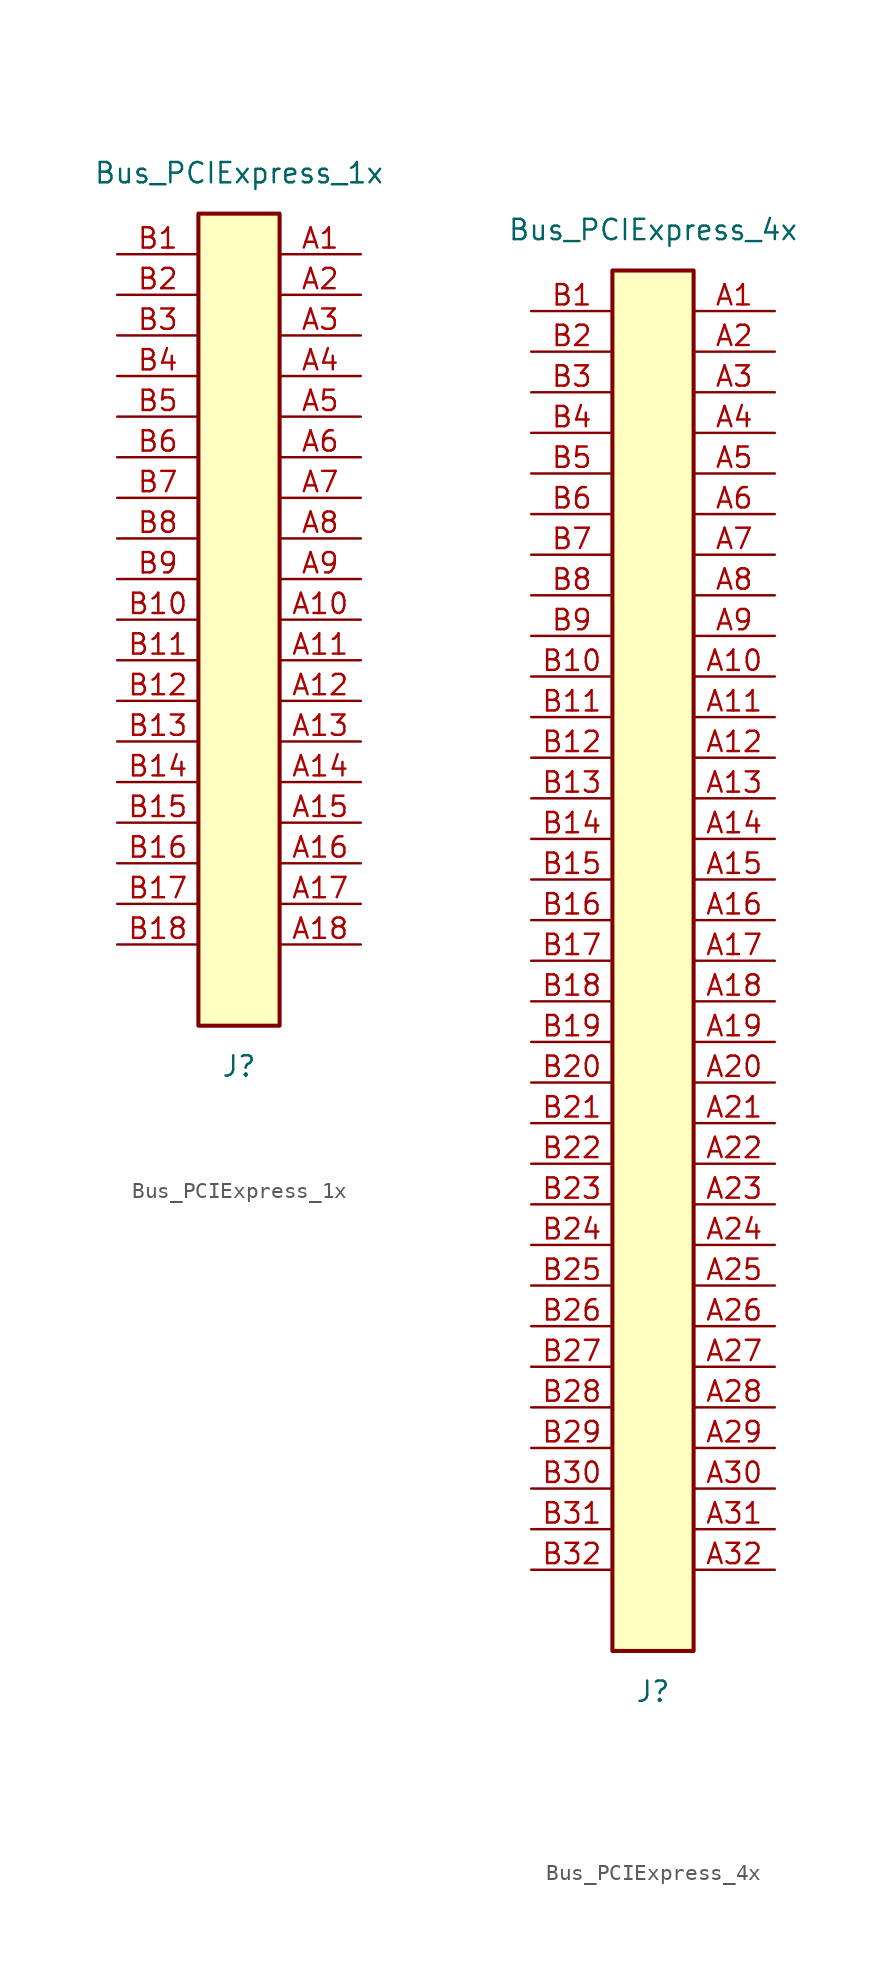
<source format=kicad_sym>
(kicad_symbol_lib
  (version 20210619)
  (generator kicad_symbol_editor)
  (symbol "Bus_PCIExpress_1x"
    (property "Reference" "J"
      (at 0 -27.94 0)
      (effects (font (size 1.27 1.27))))
    (property "Value" "Bus_PCIExpress_1x"
      (at 0 27.94 0)
      (effects (font (size 1.27 1.27))))
    (symbol "Bus_PCIExpress_1x_0_1"
      (rectangle (start -2.54 25.4) (end 2.54 -25.4) (stroke (width 0.254)) (fill (type background))))
    (symbol "Bus_PCIExpress_1x_1_1"
      (pin passive line (at 7.62 22.86 180) (length 5.08) (name "~" (effects (font (size 1.27 1.27)))) (number "A1" (effects (font (size 1.27 1.27)))))
      (pin passive line (at 7.62 0 180) (length 5.08) (name "~" (effects (font (size 1.27 1.27)))) (number "A10" (effects (font (size 1.27 1.27)))))
      (pin passive line (at 7.62 -2.54 180) (length 5.08) (name "~" (effects (font (size 1.27 1.27)))) (number "A11" (effects (font (size 1.27 1.27)))))
      (pin passive line (at 7.62 -5.08 180) (length 5.08) (name "~" (effects (font (size 1.27 1.27)))) (number "A12" (effects (font (size 1.27 1.27)))))
      (pin passive line (at 7.62 -7.62 180) (length 5.08) (name "~" (effects (font (size 1.27 1.27)))) (number "A13" (effects (font (size 1.27 1.27)))))
      (pin passive line (at 7.62 -10.16 180) (length 5.08) (name "~" (effects (font (size 1.27 1.27)))) (number "A14" (effects (font (size 1.27 1.27)))))
      (pin passive line (at 7.62 -12.7 180) (length 5.08) (name "~" (effects (font (size 1.27 1.27)))) (number "A15" (effects (font (size 1.27 1.27)))))
      (pin passive line (at 7.62 -15.24 180) (length 5.08) (name "~" (effects (font (size 1.27 1.27)))) (number "A16" (effects (font (size 1.27 1.27)))))
      (pin passive line (at 7.62 -17.78 180) (length 5.08) (name "~" (effects (font (size 1.27 1.27)))) (number "A17" (effects (font (size 1.27 1.27)))))
      (pin passive line (at 7.62 -20.32 180) (length 5.08) (name "~" (effects (font (size 1.27 1.27)))) (number "A18" (effects (font (size 1.27 1.27)))))
      (pin passive line (at 7.62 20.32 180) (length 5.08) (name "~" (effects (font (size 1.27 1.27)))) (number "A2" (effects (font (size 1.27 1.27)))))
      (pin passive line (at 7.62 17.78 180) (length 5.08) (name "~" (effects (font (size 1.27 1.27)))) (number "A3" (effects (font (size 1.27 1.27)))))
      (pin passive line (at 7.62 15.24 180) (length 5.08) (name "~" (effects (font (size 1.27 1.27)))) (number "A4" (effects (font (size 1.27 1.27)))))
      (pin passive line (at 7.62 12.7 180) (length 5.08) (name "~" (effects (font (size 1.27 1.27)))) (number "A5" (effects (font (size 1.27 1.27)))))
      (pin passive line (at 7.62 10.16 180) (length 5.08) (name "~" (effects (font (size 1.27 1.27)))) (number "A6" (effects (font (size 1.27 1.27)))))
      (pin passive line (at 7.62 7.62 180) (length 5.08) (name "~" (effects (font (size 1.27 1.27)))) (number "A7" (effects (font (size 1.27 1.27)))))
      (pin passive line (at 7.62 5.08 180) (length 5.08) (name "~" (effects (font (size 1.27 1.27)))) (number "A8" (effects (font (size 1.27 1.27)))))
      (pin passive line (at 7.62 2.54 180) (length 5.08) (name "~" (effects (font (size 1.27 1.27)))) (number "A9" (effects (font (size 1.27 1.27)))))
      (pin passive line (at -7.62 22.86 0) (length 5.08) (name "~" (effects (font (size 1.27 1.27)))) (number "B1" (effects (font (size 1.27 1.27)))))
      (pin passive line (at -7.62 0 0) (length 5.08) (name "~" (effects (font (size 1.27 1.27)))) (number "B10" (effects (font (size 1.27 1.27)))))
      (pin passive line (at -7.62 -2.54 0) (length 5.08) (name "~" (effects (font (size 1.27 1.27)))) (number "B11" (effects (font (size 1.27 1.27)))))
      (pin passive line (at -7.62 -5.08 0) (length 5.08) (name "~" (effects (font (size 1.27 1.27)))) (number "B12" (effects (font (size 1.27 1.27)))))
      (pin passive line (at -7.62 -7.62 0) (length 5.08) (name "~" (effects (font (size 1.27 1.27)))) (number "B13" (effects (font (size 1.27 1.27)))))
      (pin passive line (at -7.62 -10.16 0) (length 5.08) (name "~" (effects (font (size 1.27 1.27)))) (number "B14" (effects (font (size 1.27 1.27)))))
      (pin passive line (at -7.62 -12.7 0) (length 5.08) (name "~" (effects (font (size 1.27 1.27)))) (number "B15" (effects (font (size 1.27 1.27)))))
      (pin passive line (at -7.62 -15.24 0) (length 5.08) (name "~" (effects (font (size 1.27 1.27)))) (number "B16" (effects (font (size 1.27 1.27)))))
      (pin passive line (at -7.62 -17.78 0) (length 5.08) (name "~" (effects (font (size 1.27 1.27)))) (number "B17" (effects (font (size 1.27 1.27)))))
      (pin passive line (at -7.62 -20.32 0) (length 5.08) (name "~" (effects (font (size 1.27 1.27)))) (number "B18" (effects (font (size 1.27 1.27)))))
      (pin passive line (at -7.62 20.32 0) (length 5.08) (name "~" (effects (font (size 1.27 1.27)))) (number "B2" (effects (font (size 1.27 1.27)))))
      (pin passive line (at -7.62 17.78 0) (length 5.08) (name "~" (effects (font (size 1.27 1.27)))) (number "B3" (effects (font (size 1.27 1.27)))))
      (pin passive line (at -7.62 15.24 0) (length 5.08) (name "~" (effects (font (size 1.27 1.27)))) (number "B4" (effects (font (size 1.27 1.27)))))
      (pin passive line (at -7.62 12.7 0) (length 5.08) (name "~" (effects (font (size 1.27 1.27)))) (number "B5" (effects (font (size 1.27 1.27)))))
      (pin passive line (at -7.62 10.16 0) (length 5.08) (name "~" (effects (font (size 1.27 1.27)))) (number "B6" (effects (font (size 1.27 1.27)))))
      (pin passive line (at -7.62 7.62 0) (length 5.08) (name "~" (effects (font (size 1.27 1.27)))) (number "B7" (effects (font (size 1.27 1.27)))))
      (pin passive line (at -7.62 5.08 0) (length 5.08) (name "~" (effects (font (size 1.27 1.27)))) (number "B8" (effects (font (size 1.27 1.27)))))
      (pin passive line (at -7.62 2.54 0) (length 5.08) (name "~" (effects (font (size 1.27 1.27)))) (number "B9" (effects (font (size 1.27 1.27)))))))
  (symbol "Bus_PCIExpress_4x"
    (property "Reference" "J"
      (at 0 -45.72 0)
      (effects (font (size 1.27 1.27))))
    (property "Value" "Bus_PCIExpress_4x"
      (at 0 45.72 0)
      (effects (font (size 1.27 1.27))))
    (symbol "Bus_PCIExpress_4x_0_1"
      (rectangle (start -2.54 43.18) (end 2.54 -43.18) (stroke (width 0.254)) (fill (type background))))
    (symbol "Bus_PCIExpress_4x_1_1"
      (pin passive line (at 7.62 40.64 180) (length 5.08) (name "~" (effects (font (size 1.27 1.27)))) (number "A1" (effects (font (size 1.27 1.27)))))
      (pin passive line (at 7.62 17.78 180) (length 5.08) (name "~" (effects (font (size 1.27 1.27)))) (number "A10" (effects (font (size 1.27 1.27)))))
      (pin passive line (at 7.62 15.24 180) (length 5.08) (name "~" (effects (font (size 1.27 1.27)))) (number "A11" (effects (font (size 1.27 1.27)))))
      (pin passive line (at 7.62 12.7 180) (length 5.08) (name "~" (effects (font (size 1.27 1.27)))) (number "A12" (effects (font (size 1.27 1.27)))))
      (pin passive line (at 7.62 10.16 180) (length 5.08) (name "~" (effects (font (size 1.27 1.27)))) (number "A13" (effects (font (size 1.27 1.27)))))
      (pin passive line (at 7.62 7.62 180) (length 5.08) (name "~" (effects (font (size 1.27 1.27)))) (number "A14" (effects (font (size 1.27 1.27)))))
      (pin passive line (at 7.62 5.08 180) (length 5.08) (name "~" (effects (font (size 1.27 1.27)))) (number "A15" (effects (font (size 1.27 1.27)))))
      (pin passive line (at 7.62 2.54 180) (length 5.08) (name "~" (effects (font (size 1.27 1.27)))) (number "A16" (effects (font (size 1.27 1.27)))))
      (pin passive line (at 7.62 0 180) (length 5.08) (name "~" (effects (font (size 1.27 1.27)))) (number "A17" (effects (font (size 1.27 1.27)))))
      (pin passive line (at 7.62 -2.54 180) (length 5.08) (name "~" (effects (font (size 1.27 1.27)))) (number "A18" (effects (font (size 1.27 1.27)))))
      (pin passive line (at 7.62 -5.08 180) (length 5.08) (name "~" (effects (font (size 1.27 1.27)))) (number "A19" (effects (font (size 1.27 1.27)))))
      (pin passive line (at 7.62 38.1 180) (length 5.08) (name "~" (effects (font (size 1.27 1.27)))) (number "A2" (effects (font (size 1.27 1.27)))))
      (pin passive line (at 7.62 -7.62 180) (length 5.08) (name "~" (effects (font (size 1.27 1.27)))) (number "A20" (effects (font (size 1.27 1.27)))))
      (pin passive line (at 7.62 -10.16 180) (length 5.08) (name "~" (effects (font (size 1.27 1.27)))) (number "A21" (effects (font (size 1.27 1.27)))))
      (pin passive line (at 7.62 -12.7 180) (length 5.08) (name "~" (effects (font (size 1.27 1.27)))) (number "A22" (effects (font (size 1.27 1.27)))))
      (pin passive line (at 7.62 -15.24 180) (length 5.08) (name "~" (effects (font (size 1.27 1.27)))) (number "A23" (effects (font (size 1.27 1.27)))))
      (pin passive line (at 7.62 -17.78 180) (length 5.08) (name "~" (effects (font (size 1.27 1.27)))) (number "A24" (effects (font (size 1.27 1.27)))))
      (pin passive line (at 7.62 -20.32 180) (length 5.08) (name "~" (effects (font (size 1.27 1.27)))) (number "A25" (effects (font (size 1.27 1.27)))))
      (pin passive line (at 7.62 -22.86 180) (length 5.08) (name "~" (effects (font (size 1.27 1.27)))) (number "A26" (effects (font (size 1.27 1.27)))))
      (pin passive line (at 7.62 -25.4 180) (length 5.08) (name "~" (effects (font (size 1.27 1.27)))) (number "A27" (effects (font (size 1.27 1.27)))))
      (pin passive line (at 7.62 -27.94 180) (length 5.08) (name "~" (effects (font (size 1.27 1.27)))) (number "A28" (effects (font (size 1.27 1.27)))))
      (pin passive line (at 7.62 -30.48 180) (length 5.08) (name "~" (effects (font (size 1.27 1.27)))) (number "A29" (effects (font (size 1.27 1.27)))))
      (pin passive line (at 7.62 35.56 180) (length 5.08) (name "~" (effects (font (size 1.27 1.27)))) (number "A3" (effects (font (size 1.27 1.27)))))
      (pin passive line (at 7.62 -33.02 180) (length 5.08) (name "~" (effects (font (size 1.27 1.27)))) (number "A30" (effects (font (size 1.27 1.27)))))
      (pin passive line (at 7.62 -35.56 180) (length 5.08) (name "~" (effects (font (size 1.27 1.27)))) (number "A31" (effects (font (size 1.27 1.27)))))
      (pin passive line (at 7.62 -38.1 180) (length 5.08) (name "~" (effects (font (size 1.27 1.27)))) (number "A32" (effects (font (size 1.27 1.27)))))
      (pin passive line (at 7.62 33.02 180) (length 5.08) (name "~" (effects (font (size 1.27 1.27)))) (number "A4" (effects (font (size 1.27 1.27)))))
      (pin passive line (at 7.62 30.48 180) (length 5.08) (name "~" (effects (font (size 1.27 1.27)))) (number "A5" (effects (font (size 1.27 1.27)))))
      (pin passive line (at 7.62 27.94 180) (length 5.08) (name "~" (effects (font (size 1.27 1.27)))) (number "A6" (effects (font (size 1.27 1.27)))))
      (pin passive line (at 7.62 25.4 180) (length 5.08) (name "~" (effects (font (size 1.27 1.27)))) (number "A7" (effects (font (size 1.27 1.27)))))
      (pin passive line (at 7.62 22.86 180) (length 5.08) (name "~" (effects (font (size 1.27 1.27)))) (number "A8" (effects (font (size 1.27 1.27)))))
      (pin passive line (at 7.62 20.32 180) (length 5.08) (name "~" (effects (font (size 1.27 1.27)))) (number "A9" (effects (font (size 1.27 1.27)))))
      (pin passive line (at -7.62 40.64 0) (length 5.08) (name "~" (effects (font (size 1.27 1.27)))) (number "B1" (effects (font (size 1.27 1.27)))))
      (pin passive line (at -7.62 17.78 0) (length 5.08) (name "~" (effects (font (size 1.27 1.27)))) (number "B10" (effects (font (size 1.27 1.27)))))
      (pin passive line (at -7.62 15.24 0) (length 5.08) (name "~" (effects (font (size 1.27 1.27)))) (number "B11" (effects (font (size 1.27 1.27)))))
      (pin passive line (at -7.62 12.7 0) (length 5.08) (name "~" (effects (font (size 1.27 1.27)))) (number "B12" (effects (font (size 1.27 1.27)))))
      (pin passive line (at -7.62 10.16 0) (length 5.08) (name "~" (effects (font (size 1.27 1.27)))) (number "B13" (effects (font (size 1.27 1.27)))))
      (pin passive line (at -7.62 7.62 0) (length 5.08) (name "~" (effects (font (size 1.27 1.27)))) (number "B14" (effects (font (size 1.27 1.27)))))
      (pin passive line (at -7.62 5.08 0) (length 5.08) (name "~" (effects (font (size 1.27 1.27)))) (number "B15" (effects (font (size 1.27 1.27)))))
      (pin passive line (at -7.62 2.54 0) (length 5.08) (name "~" (effects (font (size 1.27 1.27)))) (number "B16" (effects (font (size 1.27 1.27)))))
      (pin passive line (at -7.62 0 0) (length 5.08) (name "~" (effects (font (size 1.27 1.27)))) (number "B17" (effects (font (size 1.27 1.27)))))
      (pin passive line (at -7.62 -2.54 0) (length 5.08) (name "~" (effects (font (size 1.27 1.27)))) (number "B18" (effects (font (size 1.27 1.27)))))
      (pin passive line (at -7.62 -5.08 0) (length 5.08) (name "~" (effects (font (size 1.27 1.27)))) (number "B19" (effects (font (size 1.27 1.27)))))
      (pin passive line (at -7.62 38.1 0) (length 5.08) (name "~" (effects (font (size 1.27 1.27)))) (number "B2" (effects (font (size 1.27 1.27)))))
      (pin passive line (at -7.62 -7.62 0) (length 5.08) (name "~" (effects (font (size 1.27 1.27)))) (number "B20" (effects (font (size 1.27 1.27)))))
      (pin passive line (at -7.62 -10.16 0) (length 5.08) (name "~" (effects (font (size 1.27 1.27)))) (number "B21" (effects (font (size 1.27 1.27)))))
      (pin passive line (at -7.62 -12.7 0) (length 5.08) (name "~" (effects (font (size 1.27 1.27)))) (number "B22" (effects (font (size 1.27 1.27)))))
      (pin passive line (at -7.62 -15.24 0) (length 5.08) (name "~" (effects (font (size 1.27 1.27)))) (number "B23" (effects (font (size 1.27 1.27)))))
      (pin passive line (at -7.62 -17.78 0) (length 5.08) (name "~" (effects (font (size 1.27 1.27)))) (number "B24" (effects (font (size 1.27 1.27)))))
      (pin passive line (at -7.62 -20.32 0) (length 5.08) (name "~" (effects (font (size 1.27 1.27)))) (number "B25" (effects (font (size 1.27 1.27)))))
      (pin passive line (at -7.62 -22.86 0) (length 5.08) (name "~" (effects (font (size 1.27 1.27)))) (number "B26" (effects (font (size 1.27 1.27)))))
      (pin passive line (at -7.62 -25.4 0) (length 5.08) (name "~" (effects (font (size 1.27 1.27)))) (number "B27" (effects (font (size 1.27 1.27)))))
      (pin passive line (at -7.62 -27.94 0) (length 5.08) (name "~" (effects (font (size 1.27 1.27)))) (number "B28" (effects (font (size 1.27 1.27)))))
      (pin passive line (at -7.62 -30.48 0) (length 5.08) (name "~" (effects (font (size 1.27 1.27)))) (number "B29" (effects (font (size 1.27 1.27)))))
      (pin passive line (at -7.62 35.56 0) (length 5.08) (name "~" (effects (font (size 1.27 1.27)))) (number "B3" (effects (font (size 1.27 1.27)))))
      (pin passive line (at -7.62 -33.02 0) (length 5.08) (name "~" (effects (font (size 1.27 1.27)))) (number "B30" (effects (font (size 1.27 1.27)))))
      (pin passive line (at -7.62 -35.56 0) (length 5.08) (name "~" (effects (font (size 1.27 1.27)))) (number "B31" (effects (font (size 1.27 1.27)))))
      (pin passive line (at -7.62 -38.1 0) (length 5.08) (name "~" (effects (font (size 1.27 1.27)))) (number "B32" (effects (font (size 1.27 1.27)))))
      (pin passive line (at -7.62 33.02 0) (length 5.08) (name "~" (effects (font (size 1.27 1.27)))) (number "B4" (effects (font (size 1.27 1.27)))))
      (pin passive line (at -7.62 30.48 0) (length 5.08) (name "~" (effects (font (size 1.27 1.27)))) (number "B5" (effects (font (size 1.27 1.27)))))
      (pin passive line (at -7.62 27.94 0) (length 5.08) (name "~" (effects (font (size 1.27 1.27)))) (number "B6" (effects (font (size 1.27 1.27)))))
      (pin passive line (at -7.62 25.4 0) (length 5.08) (name "~" (effects (font (size 1.27 1.27)))) (number "B7" (effects (font (size 1.27 1.27)))))
      (pin passive line (at -7.62 22.86 0) (length 5.08) (name "~" (effects (font (size 1.27 1.27)))) (number "B8" (effects (font (size 1.27 1.27)))))
      (pin passive line (at -7.62 20.32 0) (length 5.08) (name "~" (effects (font (size 1.27 1.27)))) (number "B9" (effects (font (size 1.27 1.27))))))))
</source>
